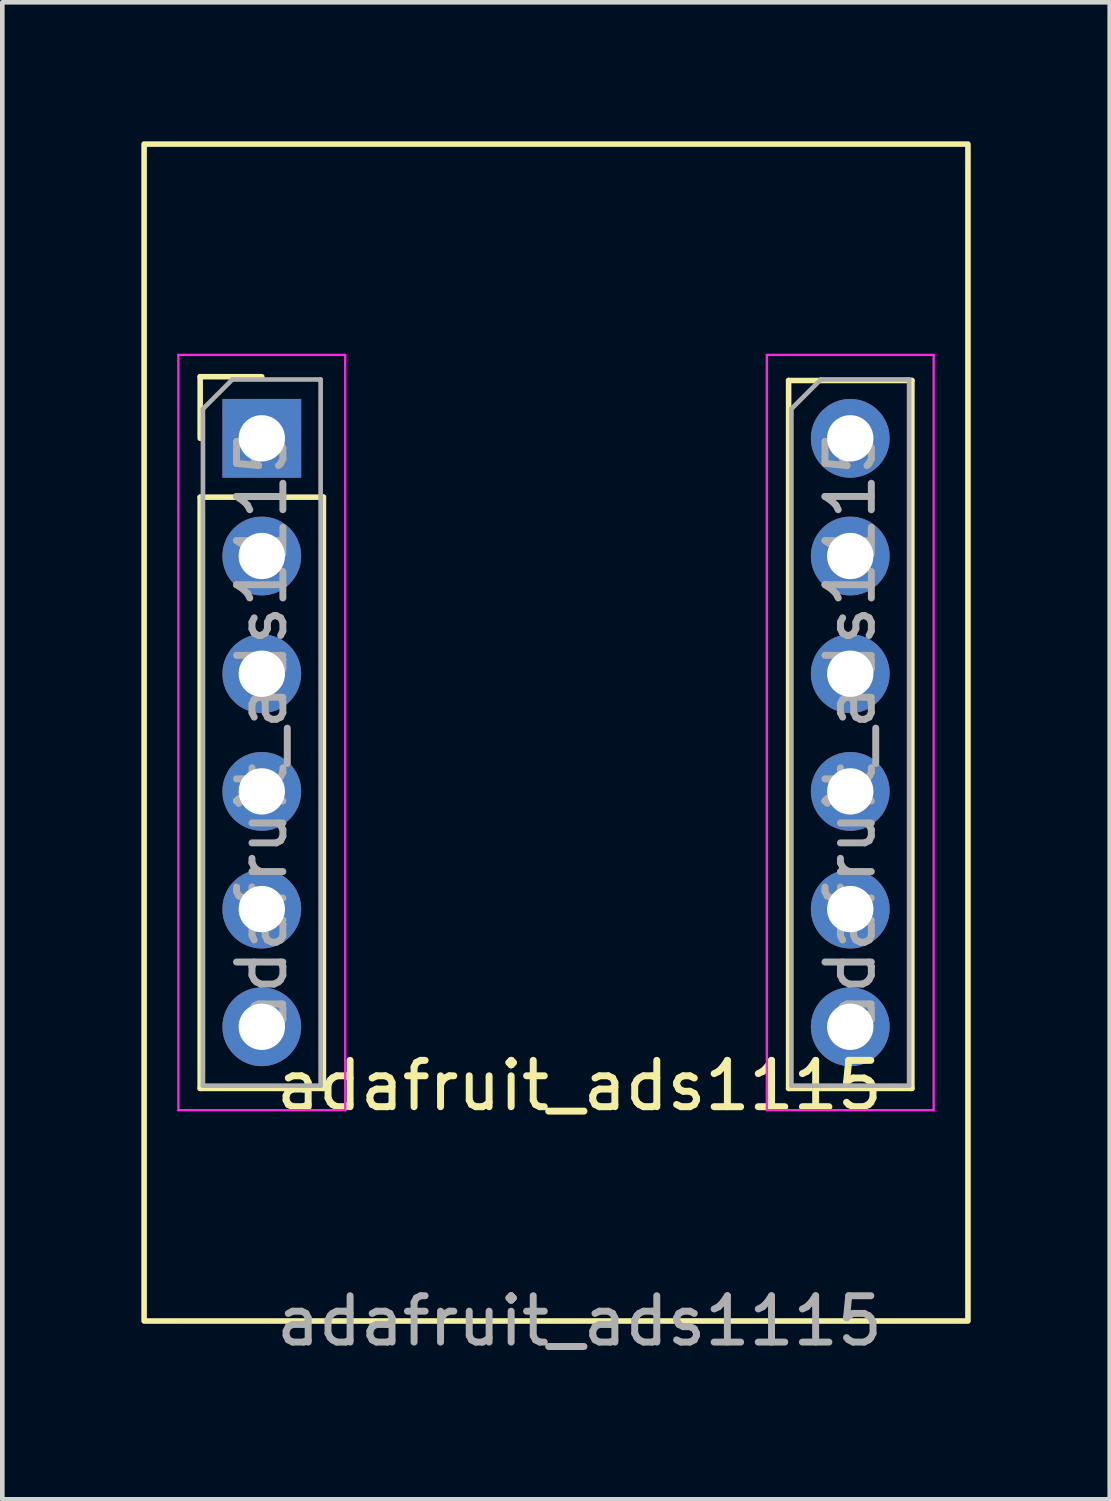
<source format=kicad_pcb>
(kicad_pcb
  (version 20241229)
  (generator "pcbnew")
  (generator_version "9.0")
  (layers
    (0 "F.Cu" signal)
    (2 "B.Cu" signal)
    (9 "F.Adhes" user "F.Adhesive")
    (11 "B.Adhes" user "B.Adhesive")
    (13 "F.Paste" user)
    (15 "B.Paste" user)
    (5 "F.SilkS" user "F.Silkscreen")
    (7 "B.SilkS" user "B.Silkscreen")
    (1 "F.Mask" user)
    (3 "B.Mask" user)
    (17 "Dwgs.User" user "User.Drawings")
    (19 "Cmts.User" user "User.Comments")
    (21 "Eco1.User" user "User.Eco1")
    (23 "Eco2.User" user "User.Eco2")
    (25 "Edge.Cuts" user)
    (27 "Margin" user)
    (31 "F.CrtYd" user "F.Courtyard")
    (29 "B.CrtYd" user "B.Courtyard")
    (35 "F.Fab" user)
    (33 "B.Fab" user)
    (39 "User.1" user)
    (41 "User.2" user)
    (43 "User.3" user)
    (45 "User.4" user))
  (footprint "adafruit_ads1115"
    (layer "F.Cu")
    (at 9.48 12.76)
    (property "Reference" "adafruit_ads1115" (at -0.022 7.62 0) (unlocked yes) (layer "F.SilkS") (effects (font (size 1 1) (thickness 0.15))))
    (attr through_hole)
    (fp_line (start -8.21 -7.68) (end -6.88 -7.68) (stroke (width 0.12) (type solid)) (layer "F.SilkS"))
    (fp_line (start -8.21 -6.35) (end -8.21 -7.68) (stroke (width 0.12) (type solid)) (layer "F.SilkS"))
    (fp_line (start -8.21 -5.08) (end -8.21 7.68) (stroke (width 0.12) (type solid)) (layer "F.SilkS"))
    (fp_line (start -8.21 -5.08) (end -5.55 -5.08) (stroke (width 0.12) (type solid)) (layer "F.SilkS"))
    (fp_line (start -8.21 7.68) (end -5.55 7.68) (stroke (width 0.12) (type solid)) (layer "F.SilkS"))
    (fp_line (start -5.55 -5.08) (end -5.55 7.68) (stroke (width 0.12) (type solid)) (layer "F.SilkS"))
    (fp_line (start 4.49 -7.598) (end 4.49 7.68) (stroke (width 0.12) (type solid)) (layer "F.SilkS"))
    (fp_line (start 4.49 -7.598) (end 7.15 -7.598) (stroke (width 0.12) (type solid)) (layer "F.SilkS"))
    (fp_line (start 4.49 7.68) (end 7.15 7.68) (stroke (width 0.12) (type solid)) (layer "F.SilkS"))
    (fp_line (start 7.15 -7.598) (end 7.15 7.68) (stroke (width 0.12) (type solid)) (layer "F.SilkS"))
    (fp_rect (start -9.42 -12.7) (end 8.36 12.7) (stroke (width 0.12) (type solid)) (fill no) (layer "F.SilkS"))
    (fp_line (start -8.68 -8.15) (end -8.68 8.15) (stroke (width 0.05) (type solid)) (layer "F.CrtYd"))
    (fp_line (start -8.68 8.15) (end -5.08 8.15) (stroke (width 0.05) (type solid)) (layer "F.CrtYd"))
    (fp_line (start -5.08 -8.15) (end -8.68 -8.15) (stroke (width 0.05) (type solid)) (layer "F.CrtYd"))
    (fp_line (start -5.08 8.15) (end -5.08 -8.15) (stroke (width 0.05) (type solid)) (layer "F.CrtYd"))
    (fp_line (start 4.02 -8.15) (end 4.02 8.15) (stroke (width 0.05) (type solid)) (layer "F.CrtYd"))
    (fp_line (start 4.02 8.15) (end 7.62 8.15) (stroke (width 0.05) (type solid)) (layer "F.CrtYd"))
    (fp_line (start 7.62 -8.15) (end 4.02 -8.15) (stroke (width 0.05) (type solid)) (layer "F.CrtYd"))
    (fp_line (start 7.62 8.15) (end 7.62 -8.15) (stroke (width 0.05) (type solid)) (layer "F.CrtYd"))
    (fp_line (start -8.15 -6.985) (end -7.515 -7.62) (stroke (width 0.1) (type solid)) (layer "F.Fab"))
    (fp_line (start -8.15 7.62) (end -8.15 -6.985) (stroke (width 0.1) (type solid)) (layer "F.Fab"))
    (fp_line (start -7.515 -7.62) (end -5.61 -7.62) (stroke (width 0.1) (type solid)) (layer "F.Fab"))
    (fp_line (start -5.61 -7.62) (end -5.61 7.62) (stroke (width 0.1) (type solid)) (layer "F.Fab"))
    (fp_line (start -5.61 7.62) (end -8.15 7.62) (stroke (width 0.1) (type solid)) (layer "F.Fab"))
    (fp_line (start 4.55 -6.985) (end 5.185 -7.62) (stroke (width 0.1) (type solid)) (layer "F.Fab"))
    (fp_line (start 4.55 7.62) (end 4.55 -6.985) (stroke (width 0.1) (type solid)) (layer "F.Fab"))
    (fp_line (start 5.185 -7.62) (end 7.09 -7.62) (stroke (width 0.1) (type solid)) (layer "F.Fab"))
    (fp_line (start 7.09 -7.62) (end 7.09 7.62) (stroke (width 0.1) (type solid)) (layer "F.Fab"))
    (fp_line (start 7.09 7.62) (end 4.55 7.62) (stroke (width 0.1) (type solid)) (layer "F.Fab"))
    (fp_text user "${REFERENCE}" (at 5.82 0 90) (layer "F.Fab") (effects (font (size 1 1) (thickness 0.15))))
    (fp_text user "${REFERENCE}" (at -0.022 12.7 0) (unlocked yes) (layer "F.Fab") (effects (font (size 1 1) (thickness 0.15))))
    (fp_text user "${REFERENCE}" (at -6.88 0 90) (layer "F.Fab") (effects (font (size 1 1) (thickness 0.15))))
    (pad "1" thru_hole rect (at -6.88 -6.35) (size 1.7 1.7) (drill 1) (layers "*.Cu" "*.Mask"))
    (pad "2" thru_hole oval (at -6.88 -3.81) (size 1.7 1.7) (drill 1) (layers "*.Cu" "*.Mask"))
    (pad "3" thru_hole oval (at -6.88 -1.27) (size 1.7 1.7) (drill 1) (layers "*.Cu" "*.Mask"))
    (pad "4" thru_hole oval (at -6.88 1.27) (size 1.7 1.7) (drill 1) (layers "*.Cu" "*.Mask"))
    (pad "5" thru_hole oval (at -6.88 3.81) (size 1.7 1.7) (drill 1) (layers "*.Cu" "*.Mask"))
    (pad "6" thru_hole oval (at -6.88 6.35) (size 1.7 1.7) (drill 1) (layers "*.Cu" "*.Mask"))
    (pad "7" thru_hole oval (at 5.82 6.35) (size 1.7 1.7) (drill 1) (layers "*.Cu" "*.Mask"))
    (pad "8" thru_hole oval (at 5.82 3.81) (size 1.7 1.7) (drill 1) (layers "*.Cu" "*.Mask"))
    (pad "9" thru_hole oval (at 5.82 1.27) (size 1.7 1.7) (drill 1) (layers "*.Cu" "*.Mask"))
    (pad "10" thru_hole oval (at 5.82 -1.27) (size 1.7 1.7) (drill 1) (layers "*.Cu" "*.Mask"))
    (pad "11" thru_hole oval (at 5.82 -3.81) (size 1.7 1.7) (drill 1) (layers "*.Cu" "*.Mask"))
    (pad "12" thru_hole circle (at 5.82 -6.35) (size 1.7 1.7) (drill 1) (layers "*.Cu" "*.Mask")))
  (gr_rect
    (start -3 -3)
    (end 20.9 29.308)
    (stroke (width 0.1) (type default))
    (fill no)
    (layer "Edge.Cuts")))
</source>
